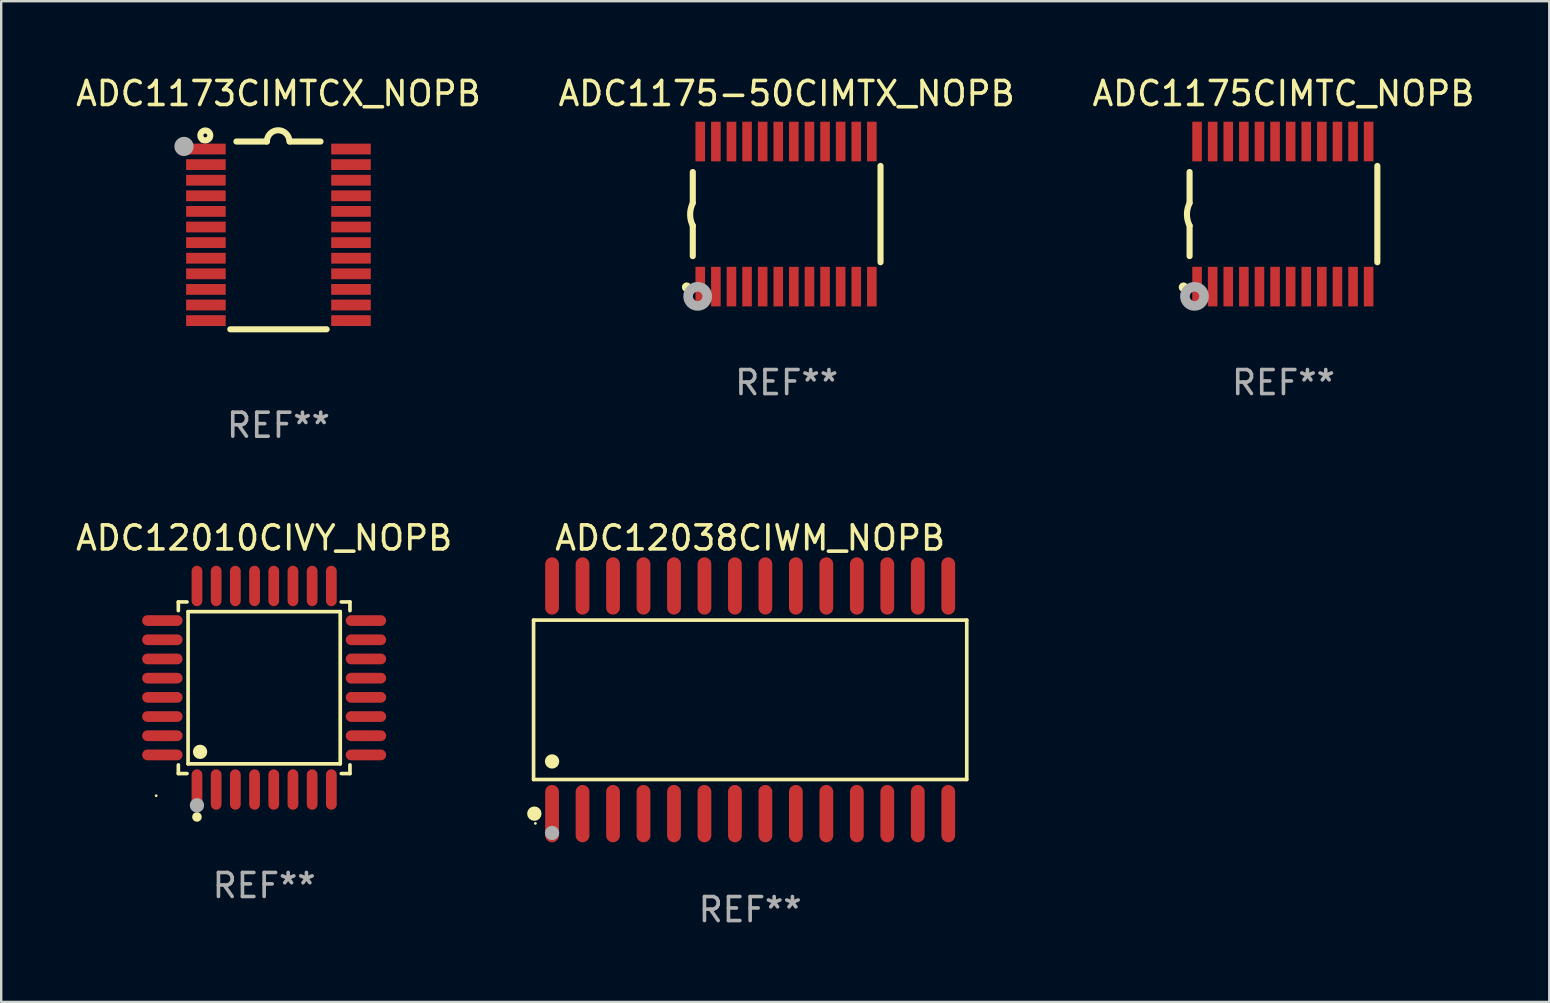
<source format=kicad_pcb>
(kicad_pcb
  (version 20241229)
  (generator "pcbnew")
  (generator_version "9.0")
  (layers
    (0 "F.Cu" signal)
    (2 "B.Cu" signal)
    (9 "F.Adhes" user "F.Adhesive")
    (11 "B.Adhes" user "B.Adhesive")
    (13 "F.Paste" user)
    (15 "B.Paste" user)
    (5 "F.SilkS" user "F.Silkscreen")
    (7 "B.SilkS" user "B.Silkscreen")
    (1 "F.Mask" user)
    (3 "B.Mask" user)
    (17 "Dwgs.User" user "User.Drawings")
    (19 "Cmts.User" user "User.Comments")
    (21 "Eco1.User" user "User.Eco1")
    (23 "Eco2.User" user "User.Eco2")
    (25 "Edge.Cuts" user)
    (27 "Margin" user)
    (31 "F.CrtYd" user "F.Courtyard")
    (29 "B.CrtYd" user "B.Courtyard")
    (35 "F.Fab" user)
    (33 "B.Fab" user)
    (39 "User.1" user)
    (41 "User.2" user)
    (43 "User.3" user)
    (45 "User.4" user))
  (footprint "ADC12038CIWM_NOPB"
    (layer "F.Cu")
    (at 28.211 26.112)
    (property "Reference" "ADC12038CIWM_NOPB" (at 0 -6.744 0) (layer "F.SilkS") (effects (font (size 1 1) (thickness 0.15))))
    (attr through_hole)
    (fp_line (start -9.026 -3.321) (end 9.026 -3.321) (stroke (width 0.152) (type solid)) (layer "F.SilkS"))
    (fp_line (start -9.026 3.321) (end -9.026 -3.321) (stroke (width 0.152) (type solid)) (layer "F.SilkS"))
    (fp_line (start 9.026 -3.321) (end 9.026 3.321) (stroke (width 0.152) (type solid)) (layer "F.SilkS"))
    (fp_line (start 9.026 3.321) (end -9.026 3.321) (stroke (width 0.152) (type solid)) (layer "F.SilkS"))
    (fp_circle (center -8.994 4.744) (end -8.844 4.744) (stroke (width 0.3) (type solid)) (fill no) (layer "F.SilkS"))
    (fp_circle (center -8.95 5.15) (end -8.92 5.15) (stroke (width 0.06) (type solid)) (fill no) (layer "F.SilkS"))
    (fp_circle (center -8.255 2.569) (end -8.105 2.569) (stroke (width 0.3) (type solid)) (fill no) (layer "F.SilkS"))
    (fp_circle (center -8.255 5.55) (end -8.105 5.55) (stroke (width 0.3) (type solid)) (fill no) (layer "F.Fab"))
    (fp_text user "REF**" (at 0 8.744 0) (layer "F.Fab") (effects (font (size 1 1) (thickness 0.15))))
    (pad "1" smd oval (at -8.255 4.744) (size 0.574 2.388) (layers "F.Cu" "F.Mask" "F.Paste"))
    (pad "2" smd oval (at -6.985 4.744) (size 0.574 2.388) (layers "F.Cu" "F.Mask" "F.Paste"))
    (pad "3" smd oval (at -5.715 4.744) (size 0.574 2.388) (layers "F.Cu" "F.Mask" "F.Paste"))
    (pad "4" smd oval (at -4.445 4.744) (size 0.574 2.388) (layers "F.Cu" "F.Mask" "F.Paste"))
    (pad "5" smd oval (at -3.175 4.744) (size 0.574 2.388) (layers "F.Cu" "F.Mask" "F.Paste"))
    (pad "6" smd oval (at -1.905 4.744) (size 0.574 2.388) (layers "F.Cu" "F.Mask" "F.Paste"))
    (pad "7" smd oval (at -0.635 4.744) (size 0.574 2.388) (layers "F.Cu" "F.Mask" "F.Paste"))
    (pad "8" smd oval (at 0.635 4.744) (size 0.574 2.388) (layers "F.Cu" "F.Mask" "F.Paste"))
    (pad "9" smd oval (at 1.905 4.744) (size 0.574 2.388) (layers "F.Cu" "F.Mask" "F.Paste"))
    (pad "10" smd oval (at 3.175 4.744) (size 0.574 2.388) (layers "F.Cu" "F.Mask" "F.Paste"))
    (pad "11" smd oval (at 4.445 4.744) (size 0.574 2.388) (layers "F.Cu" "F.Mask" "F.Paste"))
    (pad "12" smd oval (at 5.715 4.744) (size 0.574 2.388) (layers "F.Cu" "F.Mask" "F.Paste"))
    (pad "13" smd oval (at 6.985 4.744) (size 0.574 2.388) (layers "F.Cu" "F.Mask" "F.Paste"))
    (pad "14" smd oval (at 8.255 4.744) (size 0.574 2.388) (layers "F.Cu" "F.Mask" "F.Paste"))
    (pad "15" smd oval (at 8.255 -4.744) (size 0.574 2.388) (layers "F.Cu" "F.Mask" "F.Paste"))
    (pad "16" smd oval (at 6.985 -4.744) (size 0.574 2.388) (layers "F.Cu" "F.Mask" "F.Paste"))
    (pad "17" smd oval (at 5.715 -4.744) (size 0.574 2.388) (layers "F.Cu" "F.Mask" "F.Paste"))
    (pad "18" smd oval (at 4.445 -4.744) (size 0.574 2.388) (layers "F.Cu" "F.Mask" "F.Paste"))
    (pad "19" smd oval (at 3.175 -4.744) (size 0.574 2.388) (layers "F.Cu" "F.Mask" "F.Paste"))
    (pad "20" smd oval (at 1.905 -4.744) (size 0.574 2.388) (layers "F.Cu" "F.Mask" "F.Paste"))
    (pad "21" smd oval (at 0.635 -4.744) (size 0.574 2.388) (layers "F.Cu" "F.Mask" "F.Paste"))
    (pad "22" smd oval (at -0.635 -4.744) (size 0.574 2.388) (layers "F.Cu" "F.Mask" "F.Paste"))
    (pad "23" smd oval (at -1.905 -4.744) (size 0.574 2.388) (layers "F.Cu" "F.Mask" "F.Paste"))
    (pad "24" smd oval (at -3.175 -4.744) (size 0.574 2.388) (layers "F.Cu" "F.Mask" "F.Paste"))
    (pad "25" smd oval (at -4.445 -4.744) (size 0.574 2.388) (layers "F.Cu" "F.Mask" "F.Paste"))
    (pad "26" smd oval (at -5.715 -4.744) (size 0.574 2.388) (layers "F.Cu" "F.Mask" "F.Paste"))
    (pad "27" smd oval (at -6.985 -4.744) (size 0.574 2.388) (layers "F.Cu" "F.Mask" "F.Paste"))
    (pad "28" smd oval (at -8.255 -4.744) (size 0.574 2.388) (layers "F.Cu" "F.Mask" "F.Paste")))
  (footprint "ADC12010CIVY_NOPB"
    (layer "F.Cu")
    (at 7.958 25.61)
    (property "Reference" "ADC12010CIVY_NOPB" (at 0 -6.242 0) (layer "F.SilkS") (effects (font (size 1 1) (thickness 0.15))))
    (attr through_hole)
    (fp_line (start -3.576 -3.576) (end -3.215 -3.576) (stroke (width 0.152) (type solid)) (layer "F.SilkS"))
    (fp_line (start -3.576 -3.215) (end -3.576 -3.576) (stroke (width 0.152) (type solid)) (layer "F.SilkS"))
    (fp_line (start -3.576 3.215) (end -3.576 3.576) (stroke (width 0.152) (type solid)) (layer "F.SilkS"))
    (fp_line (start -3.576 3.576) (end -3.215 3.576) (stroke (width 0.152) (type solid)) (layer "F.SilkS"))
    (fp_line (start -3.171 -3.171) (end 3.171 -3.171) (stroke (width 0.152) (type solid)) (layer "F.SilkS"))
    (fp_line (start -3.171 3.171) (end -3.171 -3.171) (stroke (width 0.152) (type solid)) (layer "F.SilkS"))
    (fp_line (start 3.171 -3.171) (end 3.171 3.171) (stroke (width 0.152) (type solid)) (layer "F.SilkS"))
    (fp_line (start 3.171 3.171) (end -3.171 3.171) (stroke (width 0.152) (type solid)) (layer "F.SilkS"))
    (fp_line (start 3.576 -3.576) (end 3.215 -3.576) (stroke (width 0.152) (type solid)) (layer "F.SilkS"))
    (fp_line (start 3.576 -3.215) (end 3.576 -3.576) (stroke (width 0.152) (type solid)) (layer "F.SilkS"))
    (fp_line (start 3.576 3.215) (end 3.576 3.576) (stroke (width 0.152) (type solid)) (layer "F.SilkS"))
    (fp_line (start 3.576 3.576) (end 3.215 3.576) (stroke (width 0.152) (type solid)) (layer "F.SilkS"))
    (fp_circle (center -4.5 4.5) (end -4.47 4.5) (stroke (width 0.06) (type solid)) (fill no) (layer "F.SilkS"))
    (fp_circle (center -2.8 5.384) (end -2.7 5.384) (stroke (width 0.2) (type solid)) (fill no) (layer "F.SilkS"))
    (fp_circle (center -2.671 2.671) (end -2.521 2.671) (stroke (width 0.3) (type solid)) (fill no) (layer "F.SilkS"))
    (fp_circle (center -2.8 4.9) (end -2.65 4.9) (stroke (width 0.3) (type solid)) (fill no) (layer "F.Fab"))
    (fp_text user "REF**" (at 0 8.242 0) (layer "F.Fab") (effects (font (size 1 1) (thickness 0.15))))
    (pad "1" smd oval (at -2.8 4.242) (size 0.448 1.684) (layers "F.Cu" "F.Mask" "F.Paste"))
    (pad "2" smd oval (at -2 4.242) (size 0.448 1.684) (layers "F.Cu" "F.Mask" "F.Paste"))
    (pad "3" smd oval (at -1.2 4.242) (size 0.448 1.684) (layers "F.Cu" "F.Mask" "F.Paste"))
    (pad "4" smd oval (at -0.4 4.242) (size 0.448 1.684) (layers "F.Cu" "F.Mask" "F.Paste"))
    (pad "5" smd oval (at 0.4 4.242) (size 0.448 1.684) (layers "F.Cu" "F.Mask" "F.Paste"))
    (pad "6" smd oval (at 1.2 4.242) (size 0.448 1.684) (layers "F.Cu" "F.Mask" "F.Paste"))
    (pad "7" smd oval (at 2 4.242) (size 0.448 1.684) (layers "F.Cu" "F.Mask" "F.Paste"))
    (pad "8" smd oval (at 2.8 4.242) (size 0.448 1.684) (layers "F.Cu" "F.Mask" "F.Paste"))
    (pad "9" smd oval (at 4.242 2.8) (size 1.684 0.448) (layers "F.Cu" "F.Mask" "F.Paste"))
    (pad "10" smd oval (at 4.242 2) (size 1.684 0.448) (layers "F.Cu" "F.Mask" "F.Paste"))
    (pad "11" smd oval (at 4.242 1.2) (size 1.684 0.448) (layers "F.Cu" "F.Mask" "F.Paste"))
    (pad "12" smd oval (at 4.242 0.4) (size 1.684 0.448) (layers "F.Cu" "F.Mask" "F.Paste"))
    (pad "13" smd oval (at 4.242 -0.4) (size 1.684 0.448) (layers "F.Cu" "F.Mask" "F.Paste"))
    (pad "14" smd oval (at 4.242 -1.2) (size 1.684 0.448) (layers "F.Cu" "F.Mask" "F.Paste"))
    (pad "15" smd oval (at 4.242 -2) (size 1.684 0.448) (layers "F.Cu" "F.Mask" "F.Paste"))
    (pad "16" smd oval (at 4.242 -2.8) (size 1.684 0.448) (layers "F.Cu" "F.Mask" "F.Paste"))
    (pad "17" smd oval (at 2.8 -4.242) (size 0.448 1.684) (layers "F.Cu" "F.Mask" "F.Paste"))
    (pad "18" smd oval (at 2 -4.242) (size 0.448 1.684) (layers "F.Cu" "F.Mask" "F.Paste"))
    (pad "19" smd oval (at 1.2 -4.242) (size 0.448 1.684) (layers "F.Cu" "F.Mask" "F.Paste"))
    (pad "20" smd oval (at 0.4 -4.242) (size 0.448 1.684) (layers "F.Cu" "F.Mask" "F.Paste"))
    (pad "21" smd oval (at -0.4 -4.242) (size 0.448 1.684) (layers "F.Cu" "F.Mask" "F.Paste"))
    (pad "22" smd oval (at -1.2 -4.242) (size 0.448 1.684) (layers "F.Cu" "F.Mask" "F.Paste"))
    (pad "23" smd oval (at -2 -4.242) (size 0.448 1.684) (layers "F.Cu" "F.Mask" "F.Paste"))
    (pad "24" smd oval (at -2.8 -4.242) (size 0.448 1.684) (layers "F.Cu" "F.Mask" "F.Paste"))
    (pad "25" smd oval (at -4.242 -2.8) (size 1.684 0.448) (layers "F.Cu" "F.Mask" "F.Paste"))
    (pad "26" smd oval (at -4.242 -2) (size 1.684 0.448) (layers "F.Cu" "F.Mask" "F.Paste"))
    (pad "27" smd oval (at -4.242 -1.2) (size 1.684 0.448) (layers "F.Cu" "F.Mask" "F.Paste"))
    (pad "28" smd oval (at -4.242 -0.4) (size 1.684 0.448) (layers "F.Cu" "F.Mask" "F.Paste"))
    (pad "29" smd oval (at -4.242 0.4) (size 1.684 0.448) (layers "F.Cu" "F.Mask" "F.Paste"))
    (pad "30" smd oval (at -4.242 1.2) (size 1.684 0.448) (layers "F.Cu" "F.Mask" "F.Paste"))
    (pad "31" smd oval (at -4.242 2) (size 1.684 0.448) (layers "F.Cu" "F.Mask" "F.Paste"))
    (pad "32" smd oval (at -4.242 2.8) (size 1.684 0.448) (layers "F.Cu" "F.Mask" "F.Paste")))
  (footprint "ADC1173CIMTCX_NOPB"
    (layer "F.Cu")
    (at 8.554 6.76)
    (property "Reference" "ADC1173CIMTCX_NOPB" (at 0 -5.912 0) (layer "F.SilkS") (effects (font (size 1 1) (thickness 0.15))))
    (attr through_hole)
    (fp_line (start -1.753 -3.912) (end -0.483 -3.912) (stroke (width 0.254) (type solid)) (layer "F.SilkS"))
    (fp_line (start 0.483 -3.912) (end 1.753 -3.912) (stroke (width 0.254) (type solid)) (layer "F.SilkS"))
    (fp_line (start 2.007 3.912) (end -2.007 3.912) (stroke (width 0.254) (type solid)) (layer "F.SilkS"))
    (fp_arc (start -0.482626 -3.911608) (mid -0.012725 -4.381509) (end 0.457176 -3.911608) (stroke (width 0.254001) (type solid)) (layer "F.SilkS"))
    (fp_circle (center -3.2 -3.925) (end -3.17 -3.925) (stroke (width 0.06) (type solid)) (fill no) (layer "F.SilkS"))
    (fp_circle (center -3.048 -4.166) (end -2.968 -4.166) (stroke (width 0.254) (type solid)) (fill no) (layer "F.SilkS"))
    (fp_circle (center -3.937 -3.708) (end -3.737 -3.708) (stroke (width 0.4) (type solid)) (fill no) (layer "F.Fab"))
    (fp_text user "REF**" (at 0 7.912 0) (layer "F.Fab") (effects (font (size 1 1) (thickness 0.15))))
    (pad "1" smd rect (at -3.023 -3.6) (size 1.65 0.45) (layers "F.Cu" "F.Mask" "F.Paste"))
    (pad "2" smd rect (at -3.023 -2.95) (size 1.65 0.45) (layers "F.Cu" "F.Mask" "F.Paste"))
    (pad "3" smd rect (at -3.023 -2.3) (size 1.65 0.45) (layers "F.Cu" "F.Mask" "F.Paste"))
    (pad "4" smd rect (at -3.023 -1.65) (size 1.65 0.45) (layers "F.Cu" "F.Mask" "F.Paste"))
    (pad "5" smd rect (at -3.023 -1) (size 1.65 0.45) (layers "F.Cu" "F.Mask" "F.Paste"))
    (pad "6" smd rect (at -3.023 -0.35) (size 1.65 0.45) (layers "F.Cu" "F.Mask" "F.Paste"))
    (pad "7" smd rect (at -3.023 0.3) (size 1.65 0.45) (layers "F.Cu" "F.Mask" "F.Paste"))
    (pad "8" smd rect (at -3.023 0.95) (size 1.65 0.45) (layers "F.Cu" "F.Mask" "F.Paste"))
    (pad "9" smd rect (at -3.023 1.6) (size 1.65 0.45) (layers "F.Cu" "F.Mask" "F.Paste"))
    (pad "10" smd rect (at -3.023 2.25) (size 1.65 0.45) (layers "F.Cu" "F.Mask" "F.Paste"))
    (pad "11" smd rect (at -3.023 2.9) (size 1.65 0.45) (layers "F.Cu" "F.Mask" "F.Paste"))
    (pad "12" smd rect (at -3.023 3.55) (size 1.65 0.45) (layers "F.Cu" "F.Mask" "F.Paste"))
    (pad "13" smd rect (at 3.023 3.55) (size 1.65 0.45) (layers "F.Cu" "F.Mask" "F.Paste"))
    (pad "14" smd rect (at 3.023 2.9) (size 1.65 0.45) (layers "F.Cu" "F.Mask" "F.Paste"))
    (pad "15" smd rect (at 3.023 2.25) (size 1.65 0.45) (layers "F.Cu" "F.Mask" "F.Paste"))
    (pad "16" smd rect (at 3.023 1.6) (size 1.65 0.45) (layers "F.Cu" "F.Mask" "F.Paste"))
    (pad "17" smd rect (at 3.023 0.95) (size 1.65 0.45) (layers "F.Cu" "F.Mask" "F.Paste"))
    (pad "18" smd rect (at 3.023 0.3) (size 1.65 0.45) (layers "F.Cu" "F.Mask" "F.Paste"))
    (pad "19" smd rect (at 3.023 -0.35) (size 1.65 0.45) (layers "F.Cu" "F.Mask" "F.Paste"))
    (pad "20" smd rect (at 3.023 -1) (size 1.65 0.45) (layers "F.Cu" "F.Mask" "F.Paste"))
    (pad "21" smd rect (at 3.023 -1.65) (size 1.65 0.45) (layers "F.Cu" "F.Mask" "F.Paste"))
    (pad "22" smd rect (at 3.023 -2.3) (size 1.65 0.45) (layers "F.Cu" "F.Mask" "F.Paste"))
    (pad "23" smd rect (at 3.023 -2.95) (size 1.65 0.45) (layers "F.Cu" "F.Mask" "F.Paste"))
    (pad "24" smd rect (at 3.023 -3.6) (size 1.65 0.45) (layers "F.Cu" "F.Mask" "F.Paste")))
  (footprint "ADC1175-50CIMTX_NOPB"
    (layer "F.Cu")
    (at 29.732 5.871)
    (property "Reference" "ADC1175-50CIMTX_NOPB" (at 0 -5.023 0) (layer "F.SilkS") (effects (font (size 1 1) (thickness 0.15))))
    (attr through_hole)
    (fp_line (start -3.912 -0.483) (end -3.912 -1.753) (stroke (width 0.254) (type solid)) (layer "F.SilkS"))
    (fp_line (start -3.912 1.753) (end -3.912 0.483) (stroke (width 0.254) (type solid)) (layer "F.SilkS"))
    (fp_line (start 3.912 -2.007) (end 3.912 2.007) (stroke (width 0.254) (type solid)) (layer "F.SilkS"))
    (fp_arc (start -3.911608 0.482601) (mid -4.022537 0.0127) (end -3.911608 -0.457201) (stroke (width 0.254001) (type solid)) (layer "F.SilkS"))
    (fp_circle (center -4.166 3.048) (end -4.066 3.048) (stroke (width 0.2) (type solid)) (fill no) (layer "F.SilkS"))
    (fp_circle (center -3.925 3.186) (end -3.895 3.186) (stroke (width 0.06) (type solid)) (fill no) (layer "F.SilkS"))
    (fp_circle (center -3.708 3.429) (end -3.509 3.429) (stroke (width 0.4) (type solid)) (fill no) (layer "F.Fab"))
    (fp_text user "REF**" (at 0 7.023 0) (layer "F.Fab") (effects (font (size 1 1) (thickness 0.15))))
    (pad "1" smd rect (at -3.6 3.023) (size 0.4 1.65) (layers "F.Cu" "F.Mask" "F.Paste"))
    (pad "2" smd rect (at -2.95 3.023) (size 0.4 1.65) (layers "F.Cu" "F.Mask" "F.Paste"))
    (pad "3" smd rect (at -2.3 3.023) (size 0.4 1.65) (layers "F.Cu" "F.Mask" "F.Paste"))
    (pad "4" smd rect (at -1.65 3.023) (size 0.4 1.65) (layers "F.Cu" "F.Mask" "F.Paste"))
    (pad "5" smd rect (at -1 3.023) (size 0.4 1.65) (layers "F.Cu" "F.Mask" "F.Paste"))
    (pad "6" smd rect (at -0.35 3.023) (size 0.4 1.65) (layers "F.Cu" "F.Mask" "F.Paste"))
    (pad "7" smd rect (at 0.299 3.023) (size 0.4 1.65) (layers "F.Cu" "F.Mask" "F.Paste"))
    (pad "8" smd rect (at 0.95 3.023) (size 0.4 1.65) (layers "F.Cu" "F.Mask" "F.Paste"))
    (pad "9" smd rect (at 1.6 3.023) (size 0.4 1.65) (layers "F.Cu" "F.Mask" "F.Paste"))
    (pad "10" smd rect (at 2.25 3.023) (size 0.4 1.65) (layers "F.Cu" "F.Mask" "F.Paste"))
    (pad "11" smd rect (at 2.9 3.023) (size 0.4 1.65) (layers "F.Cu" "F.Mask" "F.Paste"))
    (pad "12" smd rect (at 3.549 3.023) (size 0.4 1.65) (layers "F.Cu" "F.Mask" "F.Paste"))
    (pad "13" smd rect (at 3.549 -3.023) (size 0.4 1.65) (layers "F.Cu" "F.Mask" "F.Paste"))
    (pad "14" smd rect (at 2.9 -3.023) (size 0.4 1.65) (layers "F.Cu" "F.Mask" "F.Paste"))
    (pad "15" smd rect (at 2.25 -3.023) (size 0.4 1.65) (layers "F.Cu" "F.Mask" "F.Paste"))
    (pad "16" smd rect (at 1.6 -3.023) (size 0.4 1.65) (layers "F.Cu" "F.Mask" "F.Paste"))
    (pad "17" smd rect (at 0.95 -3.023) (size 0.4 1.65) (layers "F.Cu" "F.Mask" "F.Paste"))
    (pad "18" smd rect (at 0.299 -3.023) (size 0.4 1.65) (layers "F.Cu" "F.Mask" "F.Paste"))
    (pad "19" smd rect (at -0.35 -3.023) (size 0.4 1.65) (layers "F.Cu" "F.Mask" "F.Paste"))
    (pad "20" smd rect (at -1 -3.023) (size 0.4 1.65) (layers "F.Cu" "F.Mask" "F.Paste"))
    (pad "21" smd rect (at -1.65 -3.023) (size 0.4 1.65) (layers "F.Cu" "F.Mask" "F.Paste"))
    (pad "22" smd rect (at -2.3 -3.023) (size 0.4 1.65) (layers "F.Cu" "F.Mask" "F.Paste"))
    (pad "23" smd rect (at -2.95 -3.023) (size 0.4 1.65) (layers "F.Cu" "F.Mask" "F.Paste"))
    (pad "24" smd rect (at -3.6 -3.023) (size 0.4 1.65) (layers "F.Cu" "F.Mask" "F.Paste")))
  (footprint "ADC1175CIMTC_NOPB"
    (layer "F.Cu")
    (at 50.435 5.871)
    (property "Reference" "ADC1175CIMTC_NOPB" (at 0 -5.023 0) (layer "F.SilkS") (effects (font (size 1 1) (thickness 0.15))))
    (attr through_hole)
    (fp_line (start -3.912 -0.483) (end -3.912 -1.753) (stroke (width 0.254) (type solid)) (layer "F.SilkS"))
    (fp_line (start -3.912 1.753) (end -3.912 0.483) (stroke (width 0.254) (type solid)) (layer "F.SilkS"))
    (fp_line (start 3.912 -2.007) (end 3.912 2.007) (stroke (width 0.254) (type solid)) (layer "F.SilkS"))
    (fp_arc (start -3.911608 0.482601) (mid -4.022537 0.0127) (end -3.911608 -0.457201) (stroke (width 0.254001) (type solid)) (layer "F.SilkS"))
    (fp_circle (center -4.166 3.048) (end -4.066 3.048) (stroke (width 0.2) (type solid)) (fill no) (layer "F.SilkS"))
    (fp_circle (center -3.925 3.186) (end -3.895 3.186) (stroke (width 0.06) (type solid)) (fill no) (layer "F.SilkS"))
    (fp_circle (center -3.708 3.429) (end -3.509 3.429) (stroke (width 0.4) (type solid)) (fill no) (layer "F.Fab"))
    (fp_text user "REF**" (at 0 7.023 0) (layer "F.Fab") (effects (font (size 1 1) (thickness 0.15))))
    (pad "1" smd rect (at -3.6 3.023) (size 0.4 1.65) (layers "F.Cu" "F.Mask" "F.Paste"))
    (pad "2" smd rect (at -2.95 3.023) (size 0.4 1.65) (layers "F.Cu" "F.Mask" "F.Paste"))
    (pad "3" smd rect (at -2.3 3.023) (size 0.4 1.65) (layers "F.Cu" "F.Mask" "F.Paste"))
    (pad "4" smd rect (at -1.65 3.023) (size 0.4 1.65) (layers "F.Cu" "F.Mask" "F.Paste"))
    (pad "5" smd rect (at -1 3.023) (size 0.4 1.65) (layers "F.Cu" "F.Mask" "F.Paste"))
    (pad "6" smd rect (at -0.35 3.023) (size 0.4 1.65) (layers "F.Cu" "F.Mask" "F.Paste"))
    (pad "7" smd rect (at 0.299 3.023) (size 0.4 1.65) (layers "F.Cu" "F.Mask" "F.Paste"))
    (pad "8" smd rect (at 0.95 3.023) (size 0.4 1.65) (layers "F.Cu" "F.Mask" "F.Paste"))
    (pad "9" smd rect (at 1.6 3.023) (size 0.4 1.65) (layers "F.Cu" "F.Mask" "F.Paste"))
    (pad "10" smd rect (at 2.25 3.023) (size 0.4 1.65) (layers "F.Cu" "F.Mask" "F.Paste"))
    (pad "11" smd rect (at 2.9 3.023) (size 0.4 1.65) (layers "F.Cu" "F.Mask" "F.Paste"))
    (pad "12" smd rect (at 3.549 3.023) (size 0.4 1.65) (layers "F.Cu" "F.Mask" "F.Paste"))
    (pad "13" smd rect (at 3.549 -3.023) (size 0.4 1.65) (layers "F.Cu" "F.Mask" "F.Paste"))
    (pad "14" smd rect (at 2.9 -3.023) (size 0.4 1.65) (layers "F.Cu" "F.Mask" "F.Paste"))
    (pad "15" smd rect (at 2.25 -3.023) (size 0.4 1.65) (layers "F.Cu" "F.Mask" "F.Paste"))
    (pad "16" smd rect (at 1.6 -3.023) (size 0.4 1.65) (layers "F.Cu" "F.Mask" "F.Paste"))
    (pad "17" smd rect (at 0.95 -3.023) (size 0.4 1.65) (layers "F.Cu" "F.Mask" "F.Paste"))
    (pad "18" smd rect (at 0.299 -3.023) (size 0.4 1.65) (layers "F.Cu" "F.Mask" "F.Paste"))
    (pad "19" smd rect (at -0.35 -3.023) (size 0.4 1.65) (layers "F.Cu" "F.Mask" "F.Paste"))
    (pad "20" smd rect (at -1 -3.023) (size 0.4 1.65) (layers "F.Cu" "F.Mask" "F.Paste"))
    (pad "21" smd rect (at -1.65 -3.023) (size 0.4 1.65) (layers "F.Cu" "F.Mask" "F.Paste"))
    (pad "22" smd rect (at -2.3 -3.023) (size 0.4 1.65) (layers "F.Cu" "F.Mask" "F.Paste"))
    (pad "23" smd rect (at -2.95 -3.023) (size 0.4 1.65) (layers "F.Cu" "F.Mask" "F.Paste"))
    (pad "24" smd rect (at -3.6 -3.023) (size 0.4 1.65) (layers "F.Cu" "F.Mask" "F.Paste")))
  (gr_rect
    (start -3 -3)
    (end 61.512 38.704)
    (stroke (width 0.1) (type default))
    (fill no)
    (layer "Edge.Cuts")))
</source>
